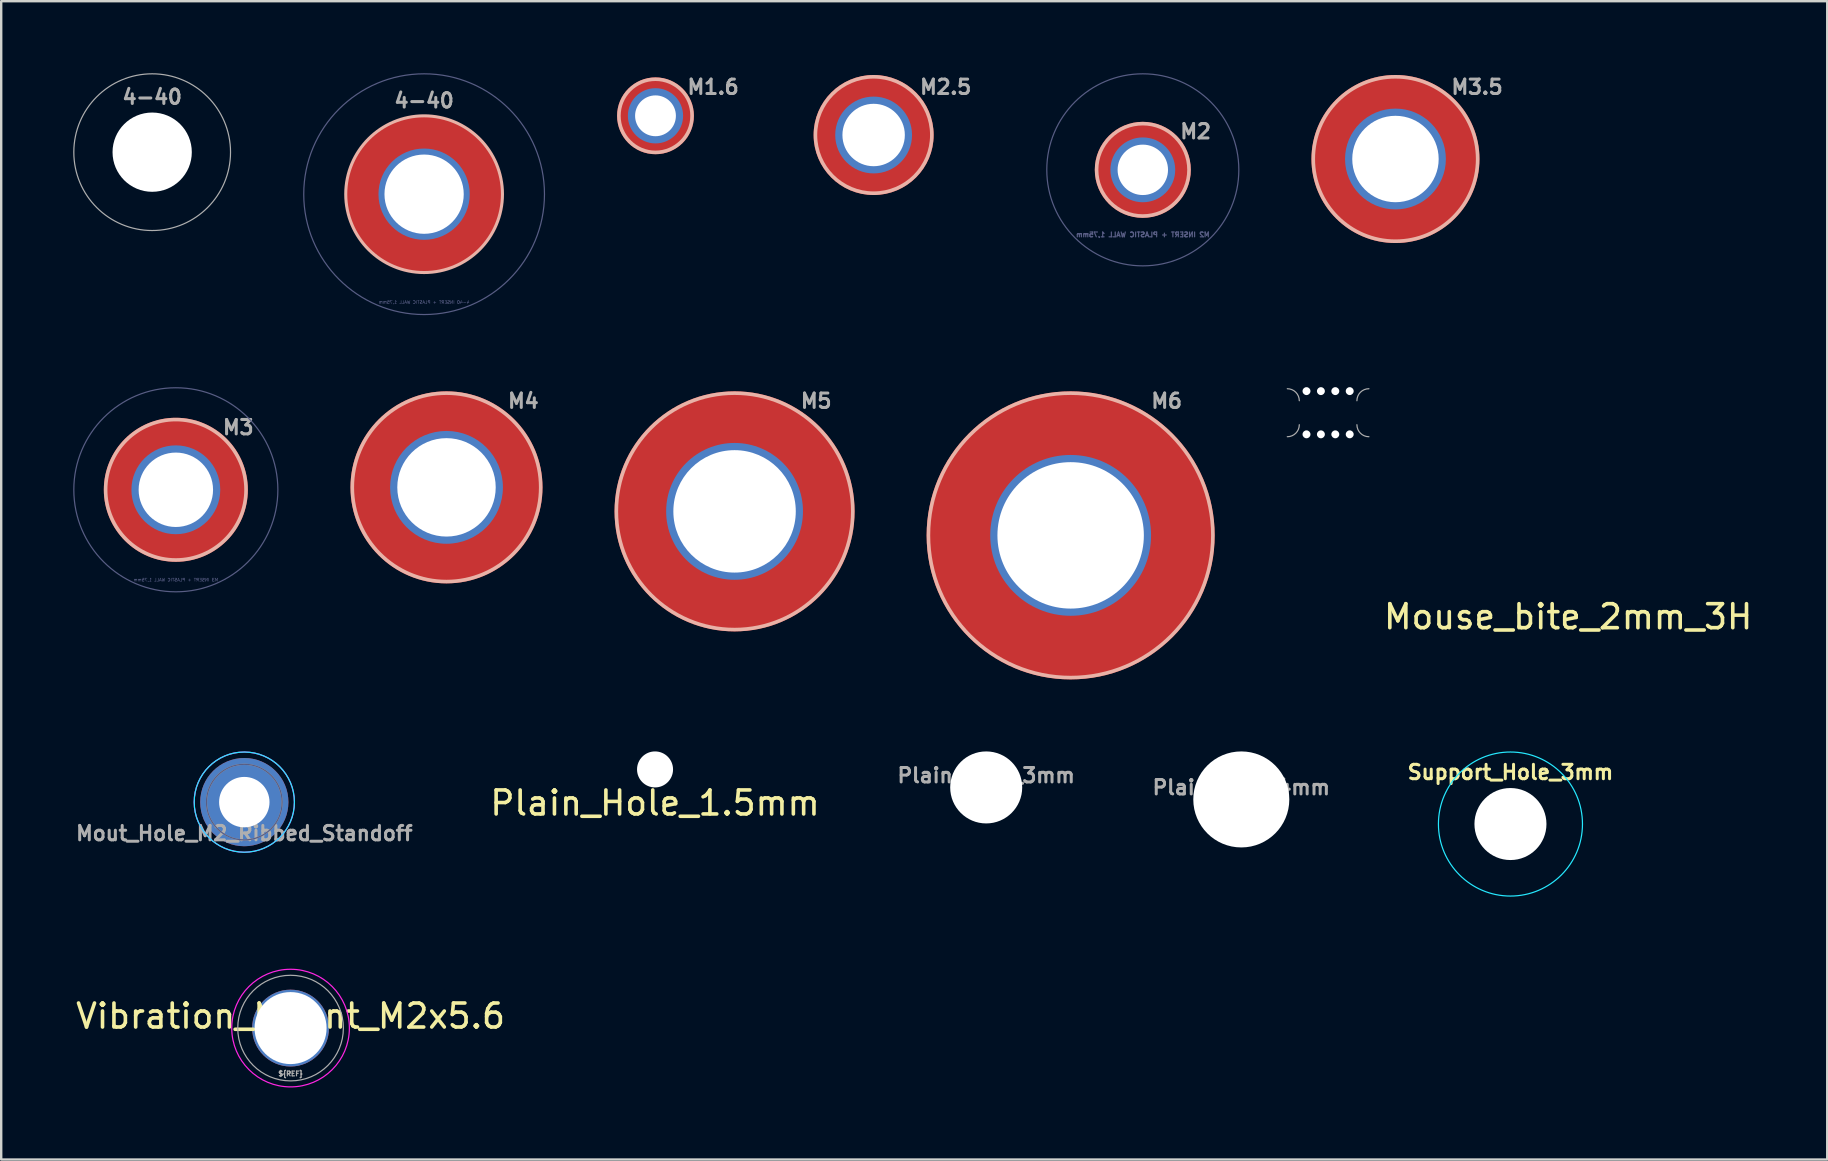
<source format=kicad_pcb>
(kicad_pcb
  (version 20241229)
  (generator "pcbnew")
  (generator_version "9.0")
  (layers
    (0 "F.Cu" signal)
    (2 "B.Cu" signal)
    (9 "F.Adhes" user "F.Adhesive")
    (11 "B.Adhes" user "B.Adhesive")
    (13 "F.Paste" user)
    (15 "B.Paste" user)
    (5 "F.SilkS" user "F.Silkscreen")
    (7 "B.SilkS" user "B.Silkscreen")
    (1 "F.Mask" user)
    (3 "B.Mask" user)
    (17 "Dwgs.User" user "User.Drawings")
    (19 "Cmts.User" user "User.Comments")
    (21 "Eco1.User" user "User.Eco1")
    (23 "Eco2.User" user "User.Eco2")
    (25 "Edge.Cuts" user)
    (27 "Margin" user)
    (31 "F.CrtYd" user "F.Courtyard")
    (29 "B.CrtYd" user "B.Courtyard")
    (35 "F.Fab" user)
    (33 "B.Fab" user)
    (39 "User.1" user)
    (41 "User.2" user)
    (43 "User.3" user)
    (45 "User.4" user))
  (footprint "Mouse_bite_2mm_3H"
    (layer "F.Cu")
    (at 52.275 14.143)
    (property "Reference" "Mouse_bite_2mm_3H" (at 10 8.5 0) (layer "F.SilkS") (effects (font (size 1 1) (thickness 0.15))))
    (attr through_hole)
    (fp_arc (start -1.7 -1) (mid -1.346447 -0.853553) (end -1.2 -0.5) (stroke (width 0.05) (type solid)) (layer "F.Fab"))
    (fp_arc (start -1.2 0.5) (mid -1.346447 0.853553) (end -1.7 1) (stroke (width 0.05) (type solid)) (layer "F.Fab"))
    (fp_arc (start 1.2 -0.5) (mid 1.346447 -0.853553) (end 1.7 -1) (stroke (width 0.05) (type solid)) (layer "F.Fab"))
    (fp_arc (start 1.7 1) (mid 1.346447 0.853553) (end 1.2 0.5) (stroke (width 0.05) (type solid)) (layer "F.Fab"))
    (pad "" np_thru_hole circle (at -0.9 -0.9) (size 0.33 0.33) (drill 0.33) (layers "*.Cu"))
    (pad "" np_thru_hole circle (at -0.9 0.9) (size 0.33 0.33) (drill 0.33) (layers "*.Cu"))
    (pad "" np_thru_hole circle (at -0.3 -0.9) (size 0.33 0.33) (drill 0.33) (layers "*.Cu"))
    (pad "" np_thru_hole circle (at -0.3 0.9) (size 0.33 0.33) (drill 0.33) (layers "*.Cu"))
    (pad "" np_thru_hole circle (at 0.3 -0.9) (size 0.33 0.33) (drill 0.33) (layers "*.Cu"))
    (pad "" np_thru_hole circle (at 0.3 0.9) (size 0.33 0.33) (drill 0.33) (layers "*.Cu"))
    (pad "" np_thru_hole circle (at 0.9 -0.9) (size 0.33 0.33) (drill 0.33) (layers "*.Cu"))
    (pad "" np_thru_hole circle (at 0.9 0.9) (size 0.33 0.33) (drill 0.33) (layers "*.Cu")))
  (footprint "MOUNT_HOLE_M3"
    (layer "F.Cu")
    (at 4.275 17.353)
    (property "Reference" "MOUNT_HOLE_M3" (at 0 -1 0) (layer "F.SilkS") (effects (font (size 0.001 0.001) (thickness 0.15))))
    (attr exclude_from_pos_files exclude_from_bom)
    (fp_circle (center 0 0) (end 2.925 0) (stroke (width 0.15) (type solid)) (fill no) (layer "B.SilkS"))
    (fp_circle (center 0 0) (end 4.25 0) (stroke (width 0.05) (type solid)) (fill no) (layer "B.Fab"))
    (fp_text user "M3 INSERT + PLASTIC WALL 1,75mm" (at 0 3.75 0) (layer "B.Fab") (effects (font (size 0.127 0.127) (thickness 0.02)) (justify mirror)))
    (fp_text user "M3" (at 2.6 -2.6 0) (layer "F.Fab") (effects (font (size 0.6 0.6) (thickness 0.127))))
    (pad "1" thru_hole circle (at 0 0) (size 3.7 3.7) (drill 3.1) (layers "*.Cu" "*.Mask"))
    (pad "1" connect circle (at 0 0) (size 6 6) (layers "F.Cu" "F.Mask")))
  (footprint "MOUNT_HOLE_4-40"
    (layer "F.Cu")
    (at 14.617 5.039)
    (property "Reference" "MOUNT_HOLE_4-40" (at 0 -1 0) (layer "F.SilkS") (effects (font (size 0.001 0.001) (thickness 0.15))))
    (attr exclude_from_pos_files exclude_from_bom)
    (fp_circle (center 0 0) (end 3.264 0) (stroke (width 0.127) (type solid)) (fill no) (layer "B.SilkS"))
    (fp_circle (center 0 0) (end 5.014 0) (stroke (width 0.05) (type solid)) (fill no) (layer "B.Fab"))
    (fp_text user "4-40 INSERT + PLASTIC WALL 1,75mm" (at 0 4.5 0) (layer "B.Fab") (effects (font (size 0.127 0.127) (thickness 0.02)) (justify mirror)))
    (fp_text user "4-40" (at 0 -3.9 0) (layer "F.Fab") (effects (font (size 0.6 0.6) (thickness 0.127))))
    (pad "1" thru_hole circle (at 0 0) (size 3.802 3.802) (drill 3.302) (layers "*.Cu" "*.Mask"))
    (pad "1" connect circle (at 0 0) (size 6.528 6.528) (layers "F.Cu" "F.Mask")))
  (footprint "MOUNT_HOLE_M6"
    (layer "F.Cu")
    (at 41.55 19.252)
    (property "Reference" "MOUNT_HOLE_M6" (at 0 -1 0) (layer "F.SilkS") (effects (font (size 0.001 0.001) (thickness 0.15))))
    (attr exclude_from_pos_files exclude_from_bom)
    (fp_circle (center 0 0) (end 5.925 0) (stroke (width 0.15) (type solid)) (fill no) (layer "B.SilkS"))
    (fp_text user "M6" (at 4 -5.6 0) (layer "F.Fab") (effects (font (size 0.6 0.6) (thickness 0.127))))
    (pad "1" thru_hole circle (at 0 0) (size 6.7 6.7) (drill 6.1) (layers "*.Cu" "*.Mask"))
    (pad "1" connect circle (at 0 0) (size 12 12) (layers "F.Cu" "F.Mask")))
  (footprint "Support_Hole_3mm"
    (layer "F.Cu")
    (at 59.871 31.277)
    (property "Reference" "Support_Hole_3mm" (at 0 -2.159 0) (layer "F.SilkS") (effects (font (size 0.6 0.6) (thickness 0.125))))
    (attr exclude_from_pos_files exclude_from_bom)
    (fp_circle (center 0 0) (end 3 0) (stroke (width 0.05) (type solid)) (fill no) (layer "B.CrtYd"))
    (pad "" np_thru_hole circle (at 0 0) (size 3 3) (drill 3) (layers "*.Cu" "*.Mask")))
  (footprint "MOUNT_HOLE_M4"
    (layer "F.Cu")
    (at 15.55 17.252)
    (property "Reference" "MOUNT_HOLE_M4" (at 0 -1 0) (layer "F.SilkS") (effects (font (size 0.001 0.001) (thickness 0.15))))
    (attr exclude_from_pos_files exclude_from_bom)
    (fp_circle (center 0 0) (end 3.925 0) (stroke (width 0.15) (type solid)) (fill no) (layer "B.SilkS"))
    (fp_text user "M4" (at 3.2 -3.6 0) (layer "F.Fab") (effects (font (size 0.6 0.6) (thickness 0.127))))
    (pad "1" thru_hole circle (at 0 0) (size 4.7 4.7) (drill 4.1) (layers "*.Cu" "*.Mask"))
    (pad "1" connect circle (at 0 0) (size 8 8) (layers "F.Cu" "F.Mask")))
  (footprint "Mout_Hole_M2_Ribbed_Standoff"
    (layer "F.Cu")
    (at 7.127 30.364)
    (property "Reference" "Mout_Hole_M2_Ribbed_Standoff" (at 0 1.3 0) (layer "F.Fab") (effects (font (size 0.6 0.6) (thickness 0.125))))
    (attr exclude_from_pos_files exclude_from_bom)
    (fp_circle (center 0 0) (end 2.087 0) (stroke (width 0.05) (type solid)) (fill no) (layer "B.CrtYd"))
    (fp_circle (center 0 0) (end 2.087 0) (stroke (width 0.05) (type solid)) (fill no) (layer "F.CrtYd"))
    (fp_circle (center 0 0) (end 1.575 0) (stroke (width 0.05) (type solid)) (fill no) (layer "B.Fab"))
    (fp_circle (center 0 0) (end 1.575 0) (stroke (width 0.05) (type solid)) (fill no) (layer "F.Fab"))
    (pad "1" thru_hole circle (at 0 0) (size 3.675 3.675) (drill 2.1) (layers "*.Cu" "*.Mask")))
  (footprint "Plain_Hole_1.5mm"
    (layer "F.Cu")
    (at 24.237 29.002)
    (property "Reference" "Plain_Hole_1.5mm" (at 0 1.4 0) (layer "F.SilkS") (effects (font (size 1 1) (thickness 0.15))))
    (attr exclude_from_pos_files exclude_from_bom)
    (pad "" np_thru_hole circle (at 0 0) (size 1.5 1.5) (drill 1.5) (layers "*.Cu" "*.Mask")))
  (footprint "MOUNT_HOLE_M2"
    (layer "F.Cu")
    (at 44.556 4.025)
    (property "Reference" "MOUNT_HOLE_M2" (at 0 -1 0) (layer "F.SilkS") (effects (font (size 0.001 0.001) (thickness 0.15))))
    (attr exclude_from_pos_files exclude_from_bom)
    (fp_circle (center 0 0) (end 1.925 0) (stroke (width 0.15) (type solid)) (fill no) (layer "B.SilkS"))
    (fp_circle (center 0 0) (end 4 0) (stroke (width 0.05) (type solid)) (fill no) (layer "B.Fab"))
    (fp_text user "M2 INSERT + PLASTIC WALL 1,75mm" (at 0 2.7 0) (layer "B.Fab") (effects (font (size 0.2 0.2) (thickness 0.05)) (justify mirror)))
    (fp_text user "M2" (at 2.2 -1.6 0) (layer "F.Fab") (effects (font (size 0.6 0.6) (thickness 0.127))))
    (pad "1" thru_hole circle (at 0 0) (size 2.7 2.7) (drill 2.1) (layers "*.Cu" "*.Mask"))
    (pad "1" connect circle (at 0 0) (size 4 4) (layers "F.Cu" "F.Mask")))
  (footprint "MOUNT_HOLE_M2.5"
    (layer "F.Cu")
    (at 33.343 2.574)
    (property "Reference" "MOUNT_HOLE_M2.5" (at 0 -1 0) (layer "F.SilkS") (effects (font (size 0.001 0.001) (thickness 0.15))))
    (attr exclude_from_pos_files exclude_from_bom)
    (fp_circle (center 0 0) (end 2.425 0) (stroke (width 0.15) (type solid)) (fill no) (layer "B.SilkS"))
    (fp_text user "M2.5" (at 3 -2 0) (layer "F.Fab") (effects (font (size 0.6 0.6) (thickness 0.127))))
    (pad "1" thru_hole circle (at 0 0) (size 3.2 3.2) (drill 2.6) (layers "*.Cu" "*.Mask"))
    (pad "1" connect circle (at 0 0) (size 5 5) (layers "F.Cu" "F.Mask")))
  (footprint "MOUNT_HOLE_4-40_Plain"
    (layer "F.Cu")
    (at 3.289 3.289)
    (property "Reference" "MOUNT_HOLE_4-40_Plain" (at 0 -1 0) (layer "F.SilkS") (effects (font (size 0.001 0.001) (thickness 0.15))))
    (attr exclude_from_pos_files exclude_from_bom)
    (fp_circle (center 0 0) (end 3.264 0) (stroke (width 0.05) (type solid)) (fill no) (layer "F.Fab"))
    (fp_text user "4-40" (at 0 -2.3 0) (layer "F.Fab") (effects (font (size 0.6 0.6) (thickness 0.127))))
    (pad "" np_thru_hole circle (at 0 0) (size 3.302 3.302) (drill 3.302) (layers "*.Cu" "*.Mask")))
  (footprint "MOUNT_HOLE_M3.5"
    (layer "F.Cu")
    (at 55.081 3.574)
    (property "Reference" "MOUNT_HOLE_M3.5" (at 0 -1 0) (layer "F.SilkS") (effects (font (size 0.001 0.001) (thickness 0.15))))
    (attr exclude_from_pos_files exclude_from_bom)
    (fp_circle (center 0 0) (end 3.425 0) (stroke (width 0.15) (type solid)) (fill no) (layer "B.SilkS"))
    (fp_text user "M3.5" (at 3.4 -3 0) (layer "F.Fab") (effects (font (size 0.6 0.6) (thickness 0.127))))
    (pad "1" thru_hole circle (at 0 0) (size 4.2 4.2) (drill 3.6) (layers "*.Cu" "*.Mask"))
    (pad "1" connect circle (at 0 0) (size 7 7) (layers "F.Cu" "F.Mask")))
  (footprint "Plain_Hole_4mm"
    (layer "F.Cu")
    (at 48.659 30.252)
    (property "Reference" "Plain_Hole_4mm" (at 0 -0.5 0) (layer "F.Fab") (effects (font (size 0.6 0.6) (thickness 0.125))))
    (attr exclude_from_pos_files exclude_from_bom)
    (pad "" np_thru_hole circle (at 0 0) (size 4 4) (drill 4) (layers "*.Cu" "*.Mask")))
  (footprint "Vibration_Mount_M2x5.6"
    (layer "F.Cu")
    (at 9.054 39.777)
    (property "Reference" "Vibration_Mount_M2x5.6" (at 0 -0.5 0) (unlocked yes) (layer "F.SilkS") (effects (font (size 1 1) (thickness 0.15))))
    (attr through_hole)
    (fp_circle (center 0 0) (end 2.45 0) (stroke (width 0.05) (type solid)) (fill no) (layer "F.CrtYd"))
    (fp_circle (center 0 0) (end 2.2 0) (stroke (width 0.05) (type solid)) (fill no) (layer "F.Fab"))
    (fp_text user "${REF}" (at 0 1.9 0) (unlocked yes) (layer "F.Fab") (effects (font (size 0.2 0.2) (thickness 0.05))))
    (pad "1" thru_hole circle (at 0 0) (size 3.2 3.2) (drill 3) (layers "*.Cu" "*.Mask")))
  (footprint "MOUNT_HOLE_M5"
    (layer "F.Cu")
    (at 27.55 18.252)
    (property "Reference" "MOUNT_HOLE_M5" (at 0 -1 0) (layer "F.SilkS") (effects (font (size 0.001 0.001) (thickness 0.15))))
    (attr exclude_from_pos_files exclude_from_bom)
    (fp_circle (center 0 0) (end 4.925 0) (stroke (width 0.15) (type solid)) (fill no) (layer "B.SilkS"))
    (fp_text user "M5" (at 3.4 -4.6 0) (layer "F.Fab") (effects (font (size 0.6 0.6) (thickness 0.127))))
    (pad "1" thru_hole circle (at 0 0) (size 5.7 5.7) (drill 5.1) (layers "*.Cu" "*.Mask"))
    (pad "1" connect circle (at 0 0) (size 10 10) (layers "F.Cu" "F.Mask")))
  (footprint "Plain_Hole_3mm"
    (layer "F.Cu")
    (at 38.032 29.752)
    (property "Reference" "Plain_Hole_3mm" (at 0 -0.5 0) (layer "F.Fab") (effects (font (size 0.6 0.6) (thickness 0.125))))
    (attr exclude_from_pos_files exclude_from_bom)
    (pad "" np_thru_hole circle (at 0 0) (size 3 3) (drill 3) (layers "*.Cu" "*.Mask")))
  (footprint "MOUNT_HOLE_M1.6"
    (layer "F.Cu")
    (at 24.256 1.774)
    (property "Reference" "MOUNT_HOLE_M1.6" (at 0 -1 0) (layer "F.SilkS") (effects (font (size 0.001 0.001) (thickness 0.15))))
    (attr exclude_from_pos_files exclude_from_bom)
    (fp_circle (center 0 0) (end 1.525 0) (stroke (width 0.15) (type solid)) (fill no) (layer "B.SilkS"))
    (fp_text user "M1.6" (at 2.4 -1.2 0) (layer "F.Fab") (effects (font (size 0.6 0.6) (thickness 0.127))))
    (pad "1" thru_hole circle (at 0 0) (size 2.3 2.3) (drill 1.7) (layers "*.Cu" "*.Mask"))
    (pad "1" connect circle (at 0 0) (size 3.2 3.2) (layers "F.Cu" "F.Mask")))
  (gr_rect
    (start -3 -3)
    (end 73.067 45.252)
    (stroke (width 0.1) (type default))
    (fill no)
    (layer "Edge.Cuts")))
</source>
